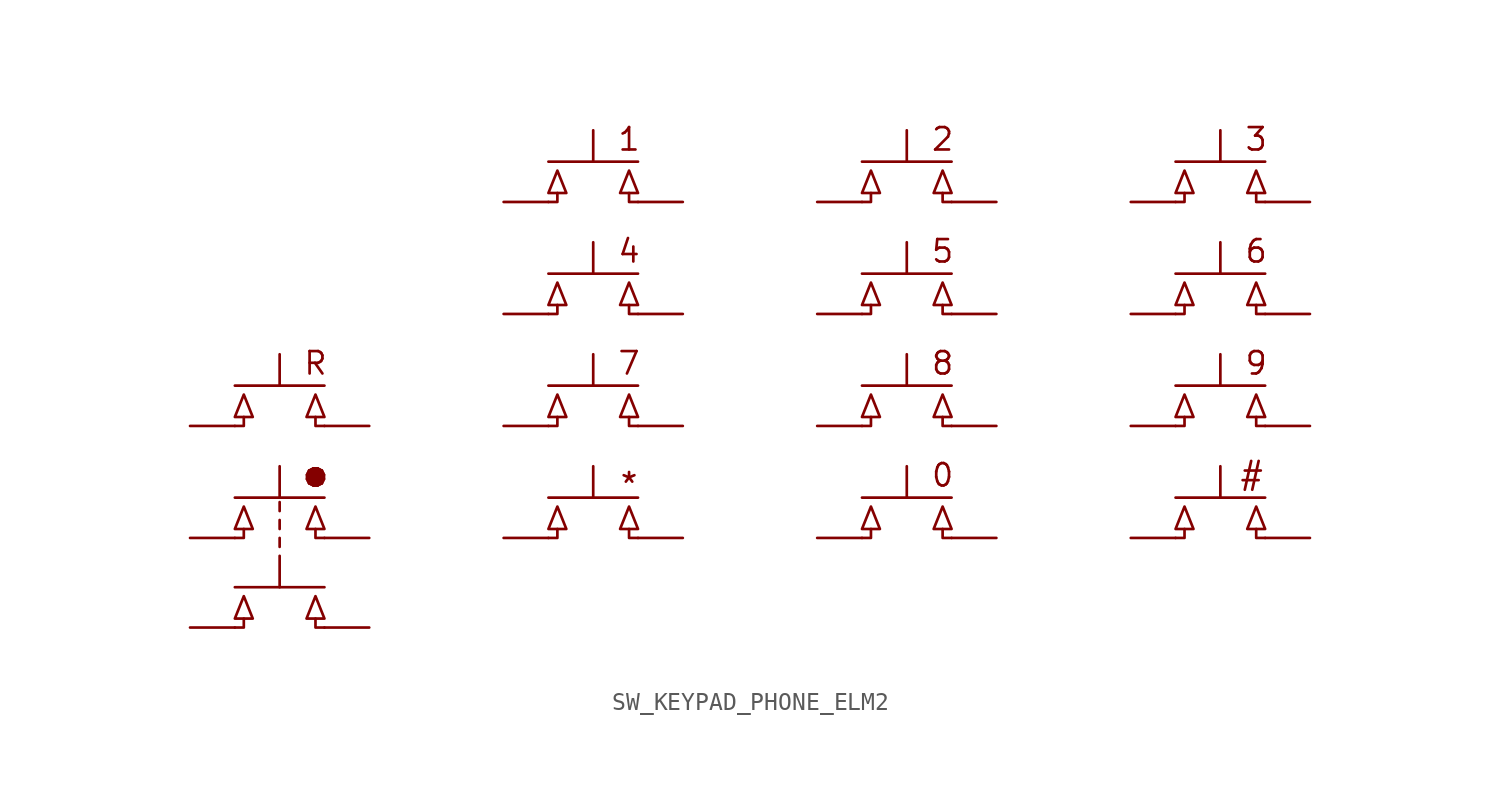
<source format=kicad_sym>
(kicad_symbol_lib
  (version 20241209)
  (generator "kicad_symbol_editor")
  (generator_version "9.0")
  (symbol "SW_KEYPAD_PHONE_ELM2"
    (pin_numbers
      (hide yes))
    (pin_names
      (offset 1.016)
      (hide yes))
    (property "Reference" "KEYPAD"
      (at -0.254 18.796 0)
      (effects (font (size 1.27 1.27) (thickness 0.159)) (hide yes)))
    (property "Datasheet" ""
      (at 0 5.08 0)
      (effects (font (size 1.27 1.27))))
    (property "Description" ""
      (at 0 0 0)
      (effects (font (size 1.27 1.27))))
    (symbol "SW_KEYPAD_PHONE_ELM2_0_1"
      (polyline (pts (xy -29.21 -2.032) (xy -28.702 -0.762) (xy -28.194 -2.032) (xy -29.21 -2.032)) (stroke (width 0) (type default)) (fill (type none)))
      (polyline (pts (xy -29.21 -2.54) (xy -28.702 -2.54) (xy -28.702 -2.032)) (stroke (width 0) (type default)) (fill (type none)))
      (polyline (pts (xy -29.21 -8.382) (xy -28.702 -7.112) (xy -28.194 -8.382) (xy -29.21 -8.382)) (stroke (width 0) (type default)) (fill (type none)))
      (polyline (pts (xy -29.21 -8.89) (xy -28.702 -8.89) (xy -28.702 -8.382)) (stroke (width 0) (type default)) (fill (type none)))
      (polyline (pts (xy -29.21 -13.462) (xy -28.702 -12.192) (xy -28.194 -13.462) (xy -29.21 -13.462)) (stroke (width 0) (type default)) (fill (type none)))
      (polyline (pts (xy -29.21 -13.97) (xy -28.702 -13.97) (xy -28.702 -13.462)) (stroke (width 0) (type default)) (fill (type none)))
      (polyline (pts (xy -26.67 -0.254) (xy -26.67 1.524)) (stroke (width 0) (type default)) (fill (type none)))
      (polyline (pts (xy -26.67 -6.604) (xy -26.67 -4.826)) (stroke (width 0) (type default)) (fill (type none)))
      (polyline (pts (xy -26.67 -6.858) (xy -26.67 -7.366)) (stroke (width 0) (type default)) (fill (type none)))
      (polyline (pts (xy -26.67 -8.128) (xy -26.67 -8.382) (xy -26.67 -7.874)) (stroke (width 0) (type default)) (fill (type none)))
      (polyline (pts (xy -26.67 -9.144) (xy -26.67 -9.398) (xy -26.67 -8.89)) (stroke (width 0) (type default)) (fill (type none)))
      (polyline (pts (xy -26.67 -11.684) (xy -26.67 -9.906)) (stroke (width 0) (type default)) (fill (type none)))
      (polyline (pts (xy -25.146 -2.032) (xy -24.638 -0.762) (xy -24.13 -2.032) (xy -25.146 -2.032)) (stroke (width 0) (type default)) (fill (type none)))
      (polyline (pts (xy -25.146 -8.382) (xy -24.638 -7.112) (xy -24.13 -8.382) (xy -25.146 -8.382)) (stroke (width 0) (type default)) (fill (type none)))
      (polyline (pts (xy -25.146 -13.462) (xy -24.638 -12.192) (xy -24.13 -13.462) (xy -25.146 -13.462)) (stroke (width 0) (type default)) (fill (type none)))
      (polyline (pts (xy -24.13 -0.254) (xy -29.21 -0.254)) (stroke (width 0) (type default)) (fill (type none)))
      (polyline (pts (xy -24.13 -2.54) (xy -24.638 -2.54) (xy -24.638 -2.032)) (stroke (width 0) (type default)) (fill (type none)))
      (polyline (pts (xy -24.13 -6.604) (xy -29.21 -6.604)) (stroke (width 0) (type default)) (fill (type none)))
      (polyline (pts (xy -24.13 -8.89) (xy -24.638 -8.89) (xy -24.638 -8.382)) (stroke (width 0) (type default)) (fill (type none)))
      (polyline (pts (xy -24.13 -11.684) (xy -29.21 -11.684)) (stroke (width 0) (type default)) (fill (type none)))
      (polyline (pts (xy -24.13 -13.97) (xy -24.638 -13.97) (xy -24.638 -13.462)) (stroke (width 0) (type default)) (fill (type none)))
      (polyline (pts (xy -11.43 10.668) (xy -10.922 11.938) (xy -10.414 10.668) (xy -11.43 10.668)) (stroke (width 0) (type default)) (fill (type none)))
      (polyline (pts (xy -11.43 10.16) (xy -10.922 10.16) (xy -10.922 10.668)) (stroke (width 0) (type default)) (fill (type none)))
      (polyline (pts (xy -11.43 4.318) (xy -10.922 5.588) (xy -10.414 4.318) (xy -11.43 4.318)) (stroke (width 0) (type default)) (fill (type none)))
      (polyline (pts (xy -11.43 3.81) (xy -10.922 3.81) (xy -10.922 4.318)) (stroke (width 0) (type default)) (fill (type none)))
      (polyline (pts (xy -11.43 -2.032) (xy -10.922 -0.762) (xy -10.414 -2.032) (xy -11.43 -2.032)) (stroke (width 0) (type default)) (fill (type none)))
      (polyline (pts (xy -11.43 -2.54) (xy -10.922 -2.54) (xy -10.922 -2.032)) (stroke (width 0) (type default)) (fill (type none)))
      (polyline (pts (xy -11.43 -8.382) (xy -10.922 -7.112) (xy -10.414 -8.382) (xy -11.43 -8.382)) (stroke (width 0) (type default)) (fill (type none)))
      (polyline (pts (xy -11.43 -8.89) (xy -10.922 -8.89) (xy -10.922 -8.382)) (stroke (width 0) (type default)) (fill (type none)))
      (polyline (pts (xy -8.89 12.446) (xy -8.89 14.224)) (stroke (width 0) (type default)) (fill (type none)))
      (polyline (pts (xy -8.89 6.096) (xy -8.89 7.874)) (stroke (width 0) (type default)) (fill (type none)))
      (polyline (pts (xy -8.89 -0.254) (xy -8.89 1.524)) (stroke (width 0) (type default)) (fill (type none)))
      (polyline (pts (xy -8.89 -6.604) (xy -8.89 -4.826)) (stroke (width 0) (type default)) (fill (type none)))
      (polyline (pts (xy -7.366 10.668) (xy -6.858 11.938) (xy -6.35 10.668) (xy -7.366 10.668)) (stroke (width 0) (type default)) (fill (type none)))
      (polyline (pts (xy -7.366 4.318) (xy -6.858 5.588) (xy -6.35 4.318) (xy -7.366 4.318)) (stroke (width 0) (type default)) (fill (type none)))
      (polyline (pts (xy -7.366 -2.032) (xy -6.858 -0.762) (xy -6.35 -2.032) (xy -7.366 -2.032)) (stroke (width 0) (type default)) (fill (type none)))
      (polyline (pts (xy -7.366 -8.382) (xy -6.858 -7.112) (xy -6.35 -8.382) (xy -7.366 -8.382)) (stroke (width 0) (type default)) (fill (type none)))
      (polyline (pts (xy -6.35 12.446) (xy -11.43 12.446)) (stroke (width 0) (type default)) (fill (type none)))
      (polyline (pts (xy -6.35 10.16) (xy -6.858 10.16) (xy -6.858 10.668)) (stroke (width 0) (type default)) (fill (type none)))
      (polyline (pts (xy -6.35 6.096) (xy -11.43 6.096)) (stroke (width 0) (type default)) (fill (type none)))
      (polyline (pts (xy -6.35 3.81) (xy -6.858 3.81) (xy -6.858 4.318)) (stroke (width 0) (type default)) (fill (type none)))
      (polyline (pts (xy -6.35 -0.254) (xy -11.43 -0.254)) (stroke (width 0) (type default)) (fill (type none)))
      (polyline (pts (xy -6.35 -2.54) (xy -6.858 -2.54) (xy -6.858 -2.032)) (stroke (width 0) (type default)) (fill (type none)))
      (polyline (pts (xy -6.35 -6.604) (xy -11.43 -6.604)) (stroke (width 0) (type default)) (fill (type none)))
      (polyline (pts (xy -6.35 -8.89) (xy -6.858 -8.89) (xy -6.858 -8.382)) (stroke (width 0) (type default)) (fill (type none)))
      (polyline (pts (xy 6.35 10.668) (xy 6.858 11.938) (xy 7.366 10.668) (xy 6.35 10.668)) (stroke (width 0) (type default)) (fill (type none)))
      (polyline (pts (xy 6.35 10.16) (xy 6.858 10.16) (xy 6.858 10.668)) (stroke (width 0) (type default)) (fill (type none)))
      (polyline (pts (xy 6.35 4.318) (xy 6.858 5.588) (xy 7.366 4.318) (xy 6.35 4.318)) (stroke (width 0) (type default)) (fill (type none)))
      (polyline (pts (xy 6.35 3.81) (xy 6.858 3.81) (xy 6.858 4.318)) (stroke (width 0) (type default)) (fill (type none)))
      (polyline (pts (xy 6.35 -2.032) (xy 6.858 -0.762) (xy 7.366 -2.032) (xy 6.35 -2.032)) (stroke (width 0) (type default)) (fill (type none)))
      (polyline (pts (xy 6.35 -2.54) (xy 6.858 -2.54) (xy 6.858 -2.032)) (stroke (width 0) (type default)) (fill (type none)))
      (polyline (pts (xy 6.35 -8.382) (xy 6.858 -7.112) (xy 7.366 -8.382) (xy 6.35 -8.382)) (stroke (width 0) (type default)) (fill (type none)))
      (polyline (pts (xy 6.35 -8.89) (xy 6.858 -8.89) (xy 6.858 -8.382)) (stroke (width 0) (type default)) (fill (type none)))
      (polyline (pts (xy 8.89 12.446) (xy 8.89 14.224)) (stroke (width 0) (type default)) (fill (type none)))
      (polyline (pts (xy 8.89 6.096) (xy 8.89 7.874)) (stroke (width 0) (type default)) (fill (type none)))
      (polyline (pts (xy 8.89 -0.254) (xy 8.89 1.524)) (stroke (width 0) (type default)) (fill (type none)))
      (polyline (pts (xy 8.89 -6.604) (xy 8.89 -4.826)) (stroke (width 0) (type default)) (fill (type none)))
      (polyline (pts (xy 10.414 10.668) (xy 10.922 11.938) (xy 11.43 10.668) (xy 10.414 10.668)) (stroke (width 0) (type default)) (fill (type none)))
      (polyline (pts (xy 10.414 4.318) (xy 10.922 5.588) (xy 11.43 4.318) (xy 10.414 4.318)) (stroke (width 0) (type default)) (fill (type none)))
      (polyline (pts (xy 10.414 -2.032) (xy 10.922 -0.762) (xy 11.43 -2.032) (xy 10.414 -2.032)) (stroke (width 0) (type default)) (fill (type none)))
      (polyline (pts (xy 10.414 -8.382) (xy 10.922 -7.112) (xy 11.43 -8.382) (xy 10.414 -8.382)) (stroke (width 0) (type default)) (fill (type none)))
      (polyline (pts (xy 11.43 12.446) (xy 6.35 12.446)) (stroke (width 0) (type default)) (fill (type none)))
      (polyline (pts (xy 11.43 10.16) (xy 10.922 10.16) (xy 10.922 10.668)) (stroke (width 0) (type default)) (fill (type none)))
      (polyline (pts (xy 11.43 6.096) (xy 6.35 6.096)) (stroke (width 0) (type default)) (fill (type none)))
      (polyline (pts (xy 11.43 3.81) (xy 10.922 3.81) (xy 10.922 4.318)) (stroke (width 0) (type default)) (fill (type none)))
      (polyline (pts (xy 11.43 -0.254) (xy 6.35 -0.254)) (stroke (width 0) (type default)) (fill (type none)))
      (polyline (pts (xy 11.43 -2.54) (xy 10.922 -2.54) (xy 10.922 -2.032)) (stroke (width 0) (type default)) (fill (type none)))
      (polyline (pts (xy 11.43 -6.604) (xy 6.35 -6.604)) (stroke (width 0) (type default)) (fill (type none)))
      (polyline (pts (xy 11.43 -8.89) (xy 10.922 -8.89) (xy 10.922 -8.382)) (stroke (width 0) (type default)) (fill (type none)))
      (polyline (pts (xy 24.13 10.668) (xy 24.638 11.938) (xy 25.146 10.668) (xy 24.13 10.668)) (stroke (width 0) (type default)) (fill (type none)))
      (polyline (pts (xy 24.13 10.16) (xy 24.638 10.16) (xy 24.638 10.668)) (stroke (width 0) (type default)) (fill (type none)))
      (polyline (pts (xy 24.13 4.318) (xy 24.638 5.588) (xy 25.146 4.318) (xy 24.13 4.318)) (stroke (width 0) (type default)) (fill (type none)))
      (polyline (pts (xy 24.13 3.81) (xy 24.638 3.81) (xy 24.638 4.318)) (stroke (width 0) (type default)) (fill (type none)))
      (polyline (pts (xy 24.13 -2.032) (xy 24.638 -0.762) (xy 25.146 -2.032) (xy 24.13 -2.032)) (stroke (width 0) (type default)) (fill (type none)))
      (polyline (pts (xy 24.13 -2.54) (xy 24.638 -2.54) (xy 24.638 -2.032)) (stroke (width 0) (type default)) (fill (type none)))
      (polyline (pts (xy 24.13 -8.382) (xy 24.638 -7.112) (xy 25.146 -8.382) (xy 24.13 -8.382)) (stroke (width 0) (type default)) (fill (type none)))
      (polyline (pts (xy 24.13 -8.89) (xy 24.638 -8.89) (xy 24.638 -8.382)) (stroke (width 0) (type default)) (fill (type none)))
      (polyline (pts (xy 26.67 12.446) (xy 26.67 14.224)) (stroke (width 0) (type default)) (fill (type none)))
      (polyline (pts (xy 26.67 6.096) (xy 26.67 7.874)) (stroke (width 0) (type default)) (fill (type none)))
      (polyline (pts (xy 26.67 -0.254) (xy 26.67 1.524)) (stroke (width 0) (type default)) (fill (type none)))
      (polyline (pts (xy 26.67 -6.604) (xy 26.67 -4.826)) (stroke (width 0) (type default)) (fill (type none)))
      (polyline (pts (xy 28.194 10.668) (xy 28.702 11.938) (xy 29.21 10.668) (xy 28.194 10.668)) (stroke (width 0) (type default)) (fill (type none)))
      (polyline (pts (xy 28.194 4.318) (xy 28.702 5.588) (xy 29.21 4.318) (xy 28.194 4.318)) (stroke (width 0) (type default)) (fill (type none)))
      (polyline (pts (xy 28.194 -2.032) (xy 28.702 -0.762) (xy 29.21 -2.032) (xy 28.194 -2.032)) (stroke (width 0) (type default)) (fill (type none)))
      (polyline (pts (xy 28.194 -8.382) (xy 28.702 -7.112) (xy 29.21 -8.382) (xy 28.194 -8.382)) (stroke (width 0) (type default)) (fill (type none)))
      (polyline (pts (xy 29.21 12.446) (xy 24.13 12.446)) (stroke (width 0) (type default)) (fill (type none)))
      (polyline (pts (xy 29.21 10.16) (xy 28.702 10.16) (xy 28.702 10.668)) (stroke (width 0) (type default)) (fill (type none)))
      (polyline (pts (xy 29.21 6.096) (xy 24.13 6.096)) (stroke (width 0) (type default)) (fill (type none)))
      (polyline (pts (xy 29.21 3.81) (xy 28.702 3.81) (xy 28.702 4.318)) (stroke (width 0) (type default)) (fill (type none)))
      (polyline (pts (xy 29.21 -0.254) (xy 24.13 -0.254)) (stroke (width 0) (type default)) (fill (type none)))
      (polyline (pts (xy 29.21 -2.54) (xy 28.702 -2.54) (xy 28.702 -2.032)) (stroke (width 0) (type default)) (fill (type none)))
      (polyline (pts (xy 29.21 -6.604) (xy 24.13 -6.604)) (stroke (width 0) (type default)) (fill (type none)))
      (polyline (pts (xy 29.21 -8.89) (xy 28.702 -8.89) (xy 28.702 -8.382)) (stroke (width 0) (type default)) (fill (type none)))
      (pin passive line (at -31.75 -2.54 0) (length 2.54) (name "A" (effects (font (size 1.27 1.27)))) (number "1" (effects (font (size 1.27 1.27)))))
      (pin passive line (at -31.75 -8.89 0) (length 2.54) (name "A" (effects (font (size 1.27 1.27)))) (number "1" (effects (font (size 1.27 1.27)))))
      (pin passive line (at -31.75 -13.97 0) (length 2.54) (name "A" (effects (font (size 1.27 1.27)))) (number "1" (effects (font (size 1.27 1.27)))))
      (pin passive line (at -21.59 -2.54 180) (length 2.54) (name "B" (effects (font (size 1.27 1.27)))) (number "3" (effects (font (size 1.27 1.27)))))
      (pin passive line (at -21.59 -8.89 180) (length 2.54) (name "B" (effects (font (size 1.27 1.27)))) (number "3" (effects (font (size 1.27 1.27)))))
      (pin passive line (at -21.59 -13.97 180) (length 2.54) (name "B" (effects (font (size 1.27 1.27)))) (number "3" (effects (font (size 1.27 1.27)))))
      (pin passive line (at -13.97 10.16 0) (length 2.54) (name "A" (effects (font (size 1.27 1.27)))) (number "1" (effects (font (size 1.27 1.27)))))
      (pin passive line (at -13.97 3.81 0) (length 2.54) (name "A" (effects (font (size 1.27 1.27)))) (number "1" (effects (font (size 1.27 1.27)))))
      (pin passive line (at -13.97 -2.54 0) (length 2.54) (name "A" (effects (font (size 1.27 1.27)))) (number "1" (effects (font (size 1.27 1.27)))))
      (pin passive line (at -13.97 -8.89 0) (length 2.54) (name "A" (effects (font (size 1.27 1.27)))) (number "1" (effects (font (size 1.27 1.27)))))
      (pin passive line (at -3.81 10.16 180) (length 2.54) (name "B" (effects (font (size 1.27 1.27)))) (number "3" (effects (font (size 1.27 1.27)))))
      (pin passive line (at -3.81 3.81 180) (length 2.54) (name "B" (effects (font (size 1.27 1.27)))) (number "3" (effects (font (size 1.27 1.27)))))
      (pin passive line (at -3.81 -2.54 180) (length 2.54) (name "B" (effects (font (size 1.27 1.27)))) (number "3" (effects (font (size 1.27 1.27)))))
      (pin passive line (at -3.81 -8.89 180) (length 2.54) (name "B" (effects (font (size 1.27 1.27)))) (number "3" (effects (font (size 1.27 1.27)))))
      (pin passive line (at 3.81 10.16 0) (length 2.54) (name "A" (effects (font (size 1.27 1.27)))) (number "1" (effects (font (size 1.27 1.27)))))
      (pin passive line (at 3.81 3.81 0) (length 2.54) (name "A" (effects (font (size 1.27 1.27)))) (number "1" (effects (font (size 1.27 1.27)))))
      (pin passive line (at 3.81 -2.54 0) (length 2.54) (name "A" (effects (font (size 1.27 1.27)))) (number "1" (effects (font (size 1.27 1.27)))))
      (pin passive line (at 3.81 -8.89 0) (length 2.54) (name "A" (effects (font (size 1.27 1.27)))) (number "1" (effects (font (size 1.27 1.27)))))
      (pin passive line (at 13.97 10.16 180) (length 2.54) (name "B" (effects (font (size 1.27 1.27)))) (number "3" (effects (font (size 1.27 1.27)))))
      (pin passive line (at 13.97 3.81 180) (length 2.54) (name "B" (effects (font (size 1.27 1.27)))) (number "3" (effects (font (size 1.27 1.27)))))
      (pin passive line (at 13.97 -2.54 180) (length 2.54) (name "B" (effects (font (size 1.27 1.27)))) (number "3" (effects (font (size 1.27 1.27)))))
      (pin passive line (at 13.97 -8.89 180) (length 2.54) (name "B" (effects (font (size 1.27 1.27)))) (number "3" (effects (font (size 1.27 1.27)))))
      (pin passive line (at 21.59 10.16 0) (length 2.54) (name "A" (effects (font (size 1.27 1.27)))) (number "1" (effects (font (size 1.27 1.27)))))
      (pin passive line (at 21.59 3.81 0) (length 2.54) (name "A" (effects (font (size 1.27 1.27)))) (number "1" (effects (font (size 1.27 1.27)))))
      (pin passive line (at 21.59 -2.54 0) (length 2.54) (name "A" (effects (font (size 1.27 1.27)))) (number "1" (effects (font (size 1.27 1.27)))))
      (pin passive line (at 21.59 -8.89 0) (length 2.54) (name "A" (effects (font (size 1.27 1.27)))) (number "1" (effects (font (size 1.27 1.27)))))
      (pin passive line (at 31.75 10.16 180) (length 2.54) (name "B" (effects (font (size 1.27 1.27)))) (number "3" (effects (font (size 1.27 1.27)))))
      (pin passive line (at 31.75 3.81 180) (length 2.54) (name "B" (effects (font (size 1.27 1.27)))) (number "3" (effects (font (size 1.27 1.27)))))
      (pin passive line (at 31.75 -2.54 180) (length 2.54) (name "B" (effects (font (size 1.27 1.27)))) (number "3" (effects (font (size 1.27 1.27)))))
      (pin passive line (at 31.75 -8.89 180) (length 2.54) (name "B" (effects (font (size 1.27 1.27)))) (number "3" (effects (font (size 1.27 1.27))))))
    (symbol "SW_KEYPAD_PHONE_ELM2_1_1"
      (text "R" (at -24.638 1.016 0) (effects (font (size 1.27 1.27))))
      (text "●" (at -24.638 -5.334 0) (effects (font (size 1.27 1.27))))
      (text "1" (at -6.858 13.716 0) (effects (font (size 1.27 1.27))))
      (text "4" (at -6.858 7.366 0) (effects (font (size 1.27 1.27))))
      (text "7" (at -6.858 1.016 0) (effects (font (size 1.27 1.27))))
      (text "*" (at -6.858 -5.842 0) (effects (font (size 1.27 1.27))))
      (text "2" (at 10.922 13.716 0) (effects (font (size 1.27 1.27))))
      (text "5" (at 10.922 7.366 0) (effects (font (size 1.27 1.27))))
      (text "8" (at 10.922 1.016 0) (effects (font (size 1.27 1.27))))
      (text "0" (at 10.922 -5.334 0) (effects (font (size 1.27 1.27))))
      (text "#" (at 28.448 -5.334 0) (effects (font (size 1.27 1.27))))
      (text "3" (at 28.702 13.716 0) (effects (font (size 1.27 1.27))))
      (text "6" (at 28.702 7.366 0) (effects (font (size 1.27 1.27))))
      (text "9" (at 28.702 1.016 0) (effects (font (size 1.27 1.27))))
      (pin passive line (at -31.75 -2.54 0) (length 2.54) (hide yes) (name "A" (effects (font (size 1.27 1.27)))) (number "2" (effects (font (size 1.27 1.27)))))
      (pin passive line (at -31.75 -8.89 0) (length 2.54) (hide yes) (name "A" (effects (font (size 1.27 1.27)))) (number "2" (effects (font (size 1.27 1.27)))))
      (pin passive line (at -31.75 -13.97 0) (length 2.54) (hide yes) (name "A" (effects (font (size 1.27 1.27)))) (number "2" (effects (font (size 1.27 1.27)))))
      (pin passive line (at -21.59 -2.54 180) (length 2.54) (hide yes) (name "B" (effects (font (size 1.27 1.27)))) (number "4" (effects (font (size 1.27 1.27)))))
      (pin passive line (at -21.59 -8.89 180) (length 2.54) (hide yes) (name "B" (effects (font (size 1.27 1.27)))) (number "4" (effects (font (size 1.27 1.27)))))
      (pin passive line (at -21.59 -13.97 180) (length 2.54) (hide yes) (name "B" (effects (font (size 1.27 1.27)))) (number "4" (effects (font (size 1.27 1.27)))))
      (pin passive line (at -13.97 10.16 0) (length 2.54) (hide yes) (name "A" (effects (font (size 1.27 1.27)))) (number "2" (effects (font (size 1.27 1.27)))))
      (pin passive line (at -13.97 3.81 0) (length 2.54) (hide yes) (name "A" (effects (font (size 1.27 1.27)))) (number "2" (effects (font (size 1.27 1.27)))))
      (pin passive line (at -13.97 -2.54 0) (length 2.54) (hide yes) (name "A" (effects (font (size 1.27 1.27)))) (number "2" (effects (font (size 1.27 1.27)))))
      (pin passive line (at -13.97 -8.89 0) (length 2.54) (hide yes) (name "A" (effects (font (size 1.27 1.27)))) (number "2" (effects (font (size 1.27 1.27)))))
      (pin passive line (at -3.81 10.16 180) (length 2.54) (hide yes) (name "B" (effects (font (size 1.27 1.27)))) (number "4" (effects (font (size 1.27 1.27)))))
      (pin passive line (at -3.81 3.81 180) (length 2.54) (hide yes) (name "B" (effects (font (size 1.27 1.27)))) (number "4" (effects (font (size 1.27 1.27)))))
      (pin passive line (at -3.81 -2.54 180) (length 2.54) (hide yes) (name "B" (effects (font (size 1.27 1.27)))) (number "4" (effects (font (size 1.27 1.27)))))
      (pin passive line (at -3.81 -8.89 180) (length 2.54) (hide yes) (name "B" (effects (font (size 1.27 1.27)))) (number "4" (effects (font (size 1.27 1.27)))))
      (pin passive line (at 3.81 10.16 0) (length 2.54) (hide yes) (name "A" (effects (font (size 1.27 1.27)))) (number "2" (effects (font (size 1.27 1.27)))))
      (pin passive line (at 3.81 3.81 0) (length 2.54) (hide yes) (name "A" (effects (font (size 1.27 1.27)))) (number "2" (effects (font (size 1.27 1.27)))))
      (pin passive line (at 3.81 -2.54 0) (length 2.54) (hide yes) (name "A" (effects (font (size 1.27 1.27)))) (number "2" (effects (font (size 1.27 1.27)))))
      (pin passive line (at 3.81 -8.89 0) (length 2.54) (hide yes) (name "A" (effects (font (size 1.27 1.27)))) (number "2" (effects (font (size 1.27 1.27)))))
      (pin passive line (at 13.97 10.16 180) (length 2.54) (hide yes) (name "B" (effects (font (size 1.27 1.27)))) (number "4" (effects (font (size 1.27 1.27)))))
      (pin passive line (at 13.97 3.81 180) (length 2.54) (hide yes) (name "B" (effects (font (size 1.27 1.27)))) (number "4" (effects (font (size 1.27 1.27)))))
      (pin passive line (at 13.97 -2.54 180) (length 2.54) (hide yes) (name "B" (effects (font (size 1.27 1.27)))) (number "4" (effects (font (size 1.27 1.27)))))
      (pin passive line (at 13.97 -8.89 180) (length 2.54) (hide yes) (name "B" (effects (font (size 1.27 1.27)))) (number "4" (effects (font (size 1.27 1.27)))))
      (pin passive line (at 21.59 10.16 0) (length 2.54) (hide yes) (name "A" (effects (font (size 1.27 1.27)))) (number "2" (effects (font (size 1.27 1.27)))))
      (pin passive line (at 21.59 3.81 0) (length 2.54) (hide yes) (name "A" (effects (font (size 1.27 1.27)))) (number "2" (effects (font (size 1.27 1.27)))))
      (pin passive line (at 21.59 -2.54 0) (length 2.54) (hide yes) (name "A" (effects (font (size 1.27 1.27)))) (number "2" (effects (font (size 1.27 1.27)))))
      (pin passive line (at 21.59 -8.89 0) (length 2.54) (hide yes) (name "A" (effects (font (size 1.27 1.27)))) (number "2" (effects (font (size 1.27 1.27)))))
      (pin passive line (at 31.75 10.16 180) (length 2.54) (hide yes) (name "B" (effects (font (size 1.27 1.27)))) (number "4" (effects (font (size 1.27 1.27)))))
      (pin passive line (at 31.75 3.81 180) (length 2.54) (hide yes) (name "B" (effects (font (size 1.27 1.27)))) (number "4" (effects (font (size 1.27 1.27)))))
      (pin passive line (at 31.75 -2.54 180) (length 2.54) (hide yes) (name "B" (effects (font (size 1.27 1.27)))) (number "4" (effects (font (size 1.27 1.27)))))
      (pin passive line (at 31.75 -8.89 180) (length 2.54) (hide yes) (name "B" (effects (font (size 1.27 1.27)))) (number "4" (effects (font (size 1.27 1.27))))))))
</source>
